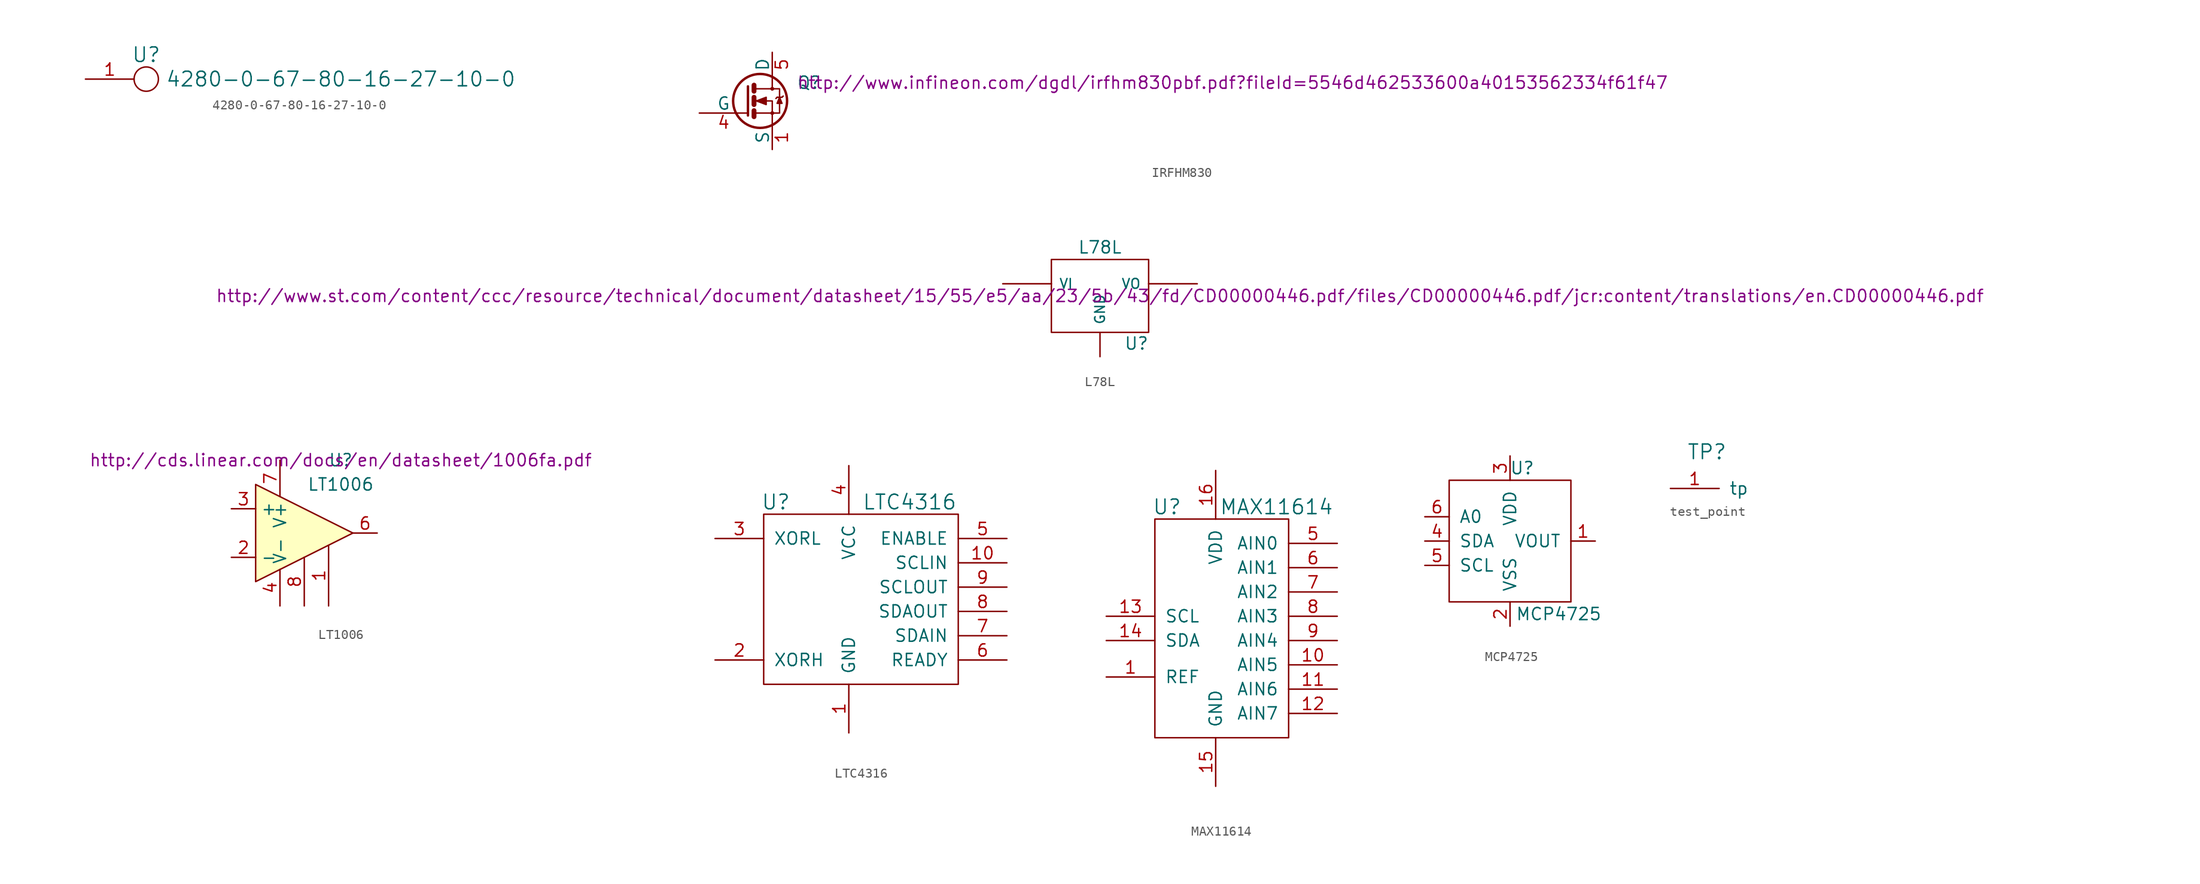
<source format=kicad_sym>
(kicad_symbol_lib
  (version 20211014)
  (generator kicad_symbol_editor)
  (symbol "4280-0-67-80-16-27-10-0"
    (pin_names
      (offset 1.016))
    (property "Reference" "U"
      (at 1.27 3.81 0)
      (effects (font (size 1.524 1.524))))
    (property "Value" "4280-0-67-80-16-27-10-0"
      (at 21.59 1.27 0)
      (effects (font (size 1.524 1.524))))
    (symbol "4280-0-67-80-16-27-10-0_0_1"
      (circle (center 1.27 1.27) (radius 1.27) (stroke (width 0) (type default) (color 0 0 0 0)) (fill (type none))))
    (symbol "4280-0-67-80-16-27-10-0_1_1"
      (pin passive line (at -5.08 1.27 0) (length 5.08) (name "~" (effects (font (size 1.27 1.27)))) (number "1" (effects (font (size 1.27 1.27)))))))
  (symbol "IRFHM830"
    (pin_names
      (offset 0))
    (property "Reference" "Q"
      (at 5.08 1.905 0)
      (effects (font (size 1.27 1.27)) (justify left)))
    (property "Datasheet" "http://www.infineon.com/dgdl/irfhm830pbf.pdf?fileId=5546d462533600a40153562334f61f47"
      (at 5.08 1.905 0)
      (effects (font (size 1.27 1.27)) (justify left)))
    (symbol "IRFHM830_0_1"
      (polyline (pts (xy 0.635 -1.016) (xy 0.635 -1.651)) (stroke (width 0.508) (type default) (color 0 0 0 0)) (fill (type none)))
      (polyline (pts (xy 0.635 0.381) (xy 0.635 -0.381)) (stroke (width 0.508) (type default) (color 0 0 0 0)) (fill (type none)))
      (polyline (pts (xy 0.635 1.651) (xy 0.635 1.016)) (stroke (width 0.508) (type default) (color 0 0 0 0)) (fill (type none)))
      (polyline (pts (xy 3.048 0.381) (xy 2.921 0.254)) (stroke (width 0) (type default) (color 0 0 0 0)) (fill (type none)))
      (polyline (pts (xy 3.048 0.381) (xy 3.556 0.381)) (stroke (width 0) (type default) (color 0 0 0 0)) (fill (type none)))
      (polyline (pts (xy 3.556 0.381) (xy 3.683 0.508)) (stroke (width 0) (type default) (color 0 0 0 0)) (fill (type none)))
      (polyline (pts (xy 0 1.524) (xy 0 -1.524) (xy 0 -1.524)) (stroke (width 0.254) (type default) (color 0 0 0 0)) (fill (type none)))
      (polyline (pts (xy 0.762 -1.27) (xy 2.54 -1.27) (xy 2.54 -2.54) (xy 2.54 -2.54)) (stroke (width 0) (type default) (color 0 0 0 0)) (fill (type none)))
      (polyline (pts (xy 0.762 1.27) (xy 2.54 1.27) (xy 2.54 2.54) (xy 2.54 2.54)) (stroke (width 0) (type default) (color 0 0 0 0)) (fill (type none)))
      (polyline (pts (xy 2.54 1.27) (xy 3.302 1.27) (xy 3.302 -1.27) (xy 2.54 -1.27)) (stroke (width 0) (type default) (color 0 0 0 0)) (fill (type none)))
      (polyline (pts (xy 3.302 0.381) (xy 3.048 -0.254) (xy 3.556 -0.254) (xy 3.302 0.381)) (stroke (width 0) (type default) (color 0 0 0 0)) (fill (type outline)))
      (polyline (pts (xy 0.762 0) (xy 1.27 0) (xy 2.54 0) (xy 2.54 -1.27) (xy 2.54 -1.27)) (stroke (width 0) (type default) (color 0 0 0 0)) (fill (type none)))
      (polyline (pts (xy 0.889 0) (xy 1.905 0.381) (xy 1.905 -0.381) (xy 0.889 0) (xy 1.016 0) (xy 1.016 0)) (stroke (width 0) (type default) (color 0 0 0 0)) (fill (type outline)))
      (circle (center 1.27 0) (radius 2.819) (stroke (width 0.254) (type default) (color 0 0 0 0)) (fill (type none)))
      (circle (center 2.54 -1.27) (radius 0.127) (stroke (width 0) (type default) (color 0 0 0 0)) (fill (type none)))
      (circle (center 2.54 1.27) (radius 0.127) (stroke (width 0) (type default) (color 0 0 0 0)) (fill (type none))))
    (symbol "IRFHM830_1_1"
      (pin passive line (at 2.54 -5.08 90) (length 2.54) (name "S" (effects (font (size 1.27 1.27)))) (number "1" (effects (font (size 1.27 1.27)))))
      (pin passive line (at 2.54 -5.08 90) (length 5.08) hide (name "S" (effects (font (size 1.27 1.27)))) (number "2" (effects (font (size 1.27 1.27)))))
      (pin passive line (at 2.54 -5.08 90) (length 5.08) hide (name "S" (effects (font (size 1.27 1.27)))) (number "3" (effects (font (size 1.27 1.27)))))
      (pin unspecified line (at -5.08 -1.27 0) (length 5.08) (name "G" (effects (font (size 1.27 1.27)))) (number "4" (effects (font (size 1.27 1.27)))))
      (pin unspecified line (at 2.54 5.08 270) (length 2.54) (name "D" (effects (font (size 1.27 1.27)))) (number "5" (effects (font (size 1.27 1.27)))))
      (pin unspecified line (at 2.54 5.08 270) (length 2.54) hide (name "D" (effects (font (size 1.27 1.27)))) (number "6" (effects (font (size 1.27 1.27)))))
      (pin unspecified line (at 2.54 5.08 270) (length 2.54) hide (name "D" (effects (font (size 1.27 1.27)))) (number "7" (effects (font (size 1.27 1.27)))))
      (pin unspecified line (at 2.54 5.08 270) (length 2.54) hide (name "D" (effects (font (size 1.27 1.27)))) (number "8" (effects (font (size 1.27 1.27)))))))
  (symbol "L78L"
    (pin_numbers hide)
    (pin_names
      (offset 0.762))
    (property "Reference" "U"
      (at 3.81 -4.978 0)
      (effects (font (size 1.27 1.27))))
    (property "Value" "L78L"
      (at 0 5.08 0)
      (effects (font (size 1.27 1.27))))
    (property "Footprint" ""
      (at 0 0 0)
      (effects (font (size 1.27 1.27))))
    (property "Datasheet" "http://www.st.com/content/ccc/resource/technical/document/datasheet/15/55/e5/aa/23/5b/43/fd/CD00000446.pdf/files/CD00000446.pdf/jcr:content/translations/en.CD00000446.pdf"
      (at 0 0 0)
      (effects (font (size 1.27 1.27))))
    (symbol "L78L_0_1"
      (rectangle (start -5.08 -3.81) (end 5.08 3.81) (stroke (width 0) (type default) (color 0 0 0 0)) (fill (type none))))
    (symbol "L78L_1_1"
      (pin power_out line (at 10.16 1.27 180) (length 5.08) (name "VO" (effects (font (size 1.016 1.016)))) (number "1" (effects (font (size 1.016 1.016)))))
      (pin input line (at 0 -6.35 90) (length 2.54) hide (name "GND" (effects (font (size 1.016 1.016)))) (number "2" (effects (font (size 1.016 1.016)))))
      (pin input line (at 0 -6.35 90) (length 2.54) (name "GND" (effects (font (size 1.016 1.016)))) (number "3" (effects (font (size 1.016 1.016)))))
      (pin input line (at -1.27 -2.54 90) (length 2.54) hide (name "NC" (effects (font (size 1.016 1.016)))) (number "4" (effects (font (size 1.016 1.016)))))
      (pin input line (at 1.27 -2.54 90) (length 2.54) hide (name "NC" (effects (font (size 1.016 1.016)))) (number "5" (effects (font (size 1.016 1.016)))))
      (pin input line (at 0 -6.35 90) (length 2.54) hide (name "GND" (effects (font (size 1.016 1.016)))) (number "6" (effects (font (size 1.016 1.016)))))
      (pin input line (at 0 -6.35 90) (length 2.54) hide (name "GND" (effects (font (size 1.016 1.016)))) (number "7" (effects (font (size 1.016 1.016)))))
      (pin input line (at -10.16 1.27 0) (length 5.08) (name "VI" (effects (font (size 1.016 1.016)))) (number "8" (effects (font (size 1.016 1.016)))))))
  (symbol "LT1006"
    (property "Reference" "U"
      (at 3.81 7.62 0)
      (effects (font (size 1.27 1.27))))
    (property "Value" "LT1006"
      (at 3.81 5.08 0)
      (effects (font (size 1.27 1.27))))
    (property "Footprint" ""
      (at 1.27 5.08 0)
      (effects (font (size 1.27 1.27))))
    (property "Datasheet" "http://cds.linear.com/docs/en/datasheet/1006fa.pdf"
      (at 3.81 7.62 0)
      (effects (font (size 1.27 1.27))))
    (symbol "LT1006_0_1"
      (polyline (pts (xy -5.08 5.08) (xy 5.08 0) (xy -5.08 -5.08) (xy -5.08 5.08)) (stroke (width 0) (type default) (color 0 0 0 0)) (fill (type background))))
    (symbol "LT1006_1_1"
      (pin passive line (at 2.54 -7.62 90) (length 6.35) (name "~" (effects (font (size 1.27 1.27)))) (number "1" (effects (font (size 1.27 1.27)))))
      (pin input line (at -7.62 -2.54 0) (length 2.54) (name "-" (effects (font (size 1.27 1.27)))) (number "2" (effects (font (size 1.27 1.27)))))
      (pin input line (at -7.62 2.54 0) (length 2.54) (name "+" (effects (font (size 1.27 1.27)))) (number "3" (effects (font (size 1.27 1.27)))))
      (pin input line (at -2.54 -7.62 90) (length 3.81) (name "V-" (effects (font (size 1.27 1.27)))) (number "4" (effects (font (size 1.27 1.27)))))
      (pin output line (at 7.62 0 180) (length 2.54) (name "~" (effects (font (size 1.27 1.27)))) (number "6" (effects (font (size 1.27 1.27)))))
      (pin input line (at -2.54 7.62 270) (length 3.81) (name "V+" (effects (font (size 1.27 1.27)))) (number "7" (effects (font (size 1.27 1.27)))))
      (pin passive line (at 0 -7.62 90) (length 5.08) (name "~" (effects (font (size 1.27 1.27)))) (number "8" (effects (font (size 1.27 1.27)))))))
  (symbol "LTC4316"
    (pin_names
      (offset 1.016))
    (property "Reference" "U"
      (at 1.27 19.05 0)
      (effects (font (size 1.524 1.524))))
    (property "Value" "LTC4316"
      (at 15.24 19.05 0)
      (effects (font (size 1.524 1.524))))
    (symbol "LTC4316_0_1"
      (rectangle (start 0 0) (end 20.32 17.78) (stroke (width 0) (type default) (color 0 0 0 0)) (fill (type none))))
    (symbol "LTC4316_1_1"
      (pin input line (at 8.89 -5.08 90) (length 5.08) (name "GND" (effects (font (size 1.27 1.27)))) (number "1" (effects (font (size 1.27 1.27)))))
      (pin input line (at 25.4 12.7 180) (length 5.08) (name "SCLIN" (effects (font (size 1.27 1.27)))) (number "10" (effects (font (size 1.27 1.27)))))
      (pin input line (at -5.08 2.54 0) (length 5.08) (name "XORH" (effects (font (size 1.27 1.27)))) (number "2" (effects (font (size 1.27 1.27)))))
      (pin input line (at -5.08 15.24 0) (length 5.08) (name "XORL" (effects (font (size 1.27 1.27)))) (number "3" (effects (font (size 1.27 1.27)))))
      (pin input line (at 8.89 22.86 270) (length 5.08) (name "VCC" (effects (font (size 1.27 1.27)))) (number "4" (effects (font (size 1.27 1.27)))))
      (pin input line (at 25.4 15.24 180) (length 5.08) (name "ENABLE" (effects (font (size 1.27 1.27)))) (number "5" (effects (font (size 1.27 1.27)))))
      (pin input line (at 25.4 2.54 180) (length 5.08) (name "READY" (effects (font (size 1.27 1.27)))) (number "6" (effects (font (size 1.27 1.27)))))
      (pin input line (at 25.4 5.08 180) (length 5.08) (name "SDAIN" (effects (font (size 1.27 1.27)))) (number "7" (effects (font (size 1.27 1.27)))))
      (pin input line (at 25.4 7.62 180) (length 5.08) (name "SDAOUT" (effects (font (size 1.27 1.27)))) (number "8" (effects (font (size 1.27 1.27)))))
      (pin input line (at 25.4 10.16 180) (length 5.08) (name "SCLOUT" (effects (font (size 1.27 1.27)))) (number "9" (effects (font (size 1.27 1.27)))))))
  (symbol "MAX11614"
    (pin_names
      (offset 1.016))
    (property "Reference" "U"
      (at 1.27 24.13 0)
      (effects (font (size 1.524 1.524))))
    (property "Value" "MAX11614"
      (at 12.7 24.13 0)
      (effects (font (size 1.524 1.524))))
    (symbol "MAX11614_0_1"
      (rectangle (start 13.97 0) (end 0 22.86) (stroke (width 0) (type default) (color 0 0 0 0)) (fill (type none))))
    (symbol "MAX11614_1_1"
      (pin input line (at -5.08 6.35 0) (length 5.08) (name "REF" (effects (font (size 1.27 1.27)))) (number "1" (effects (font (size 1.27 1.27)))))
      (pin input line (at 19.05 7.62 180) (length 5.08) (name "AIN5" (effects (font (size 1.27 1.27)))) (number "10" (effects (font (size 1.27 1.27)))))
      (pin input line (at 19.05 5.08 180) (length 5.08) (name "AIN6" (effects (font (size 1.27 1.27)))) (number "11" (effects (font (size 1.27 1.27)))))
      (pin input line (at 19.05 2.54 180) (length 5.08) (name "AIN7" (effects (font (size 1.27 1.27)))) (number "12" (effects (font (size 1.27 1.27)))))
      (pin bidirectional line (at -5.08 12.7 0) (length 5.08) (name "SCL" (effects (font (size 1.27 1.27)))) (number "13" (effects (font (size 1.27 1.27)))))
      (pin bidirectional line (at -5.08 10.16 0) (length 5.08) (name "SDA" (effects (font (size 1.27 1.27)))) (number "14" (effects (font (size 1.27 1.27)))))
      (pin power_in line (at 6.35 -5.08 90) (length 5.08) (name "GND" (effects (font (size 1.27 1.27)))) (number "15" (effects (font (size 1.27 1.27)))))
      (pin power_in line (at 6.35 27.94 270) (length 5.08) (name "VDD" (effects (font (size 1.27 1.27)))) (number "16" (effects (font (size 1.27 1.27)))))
      (pin no_connect line (at 8.89 16.51 180) (length 5.08) hide (name "NC" (effects (font (size 1.27 1.27)))) (number "2" (effects (font (size 1.27 1.27)))))
      (pin no_connect line (at 8.89 13.97 180) (length 5.08) hide (name "NC" (effects (font (size 1.27 1.27)))) (number "3" (effects (font (size 1.27 1.27)))))
      (pin no_connect line (at 8.89 11.43 180) (length 5.08) hide (name "NC" (effects (font (size 1.27 1.27)))) (number "4" (effects (font (size 1.27 1.27)))))
      (pin input line (at 19.05 20.32 180) (length 5.08) (name "AIN0" (effects (font (size 1.27 1.27)))) (number "5" (effects (font (size 1.27 1.27)))))
      (pin input line (at 19.05 17.78 180) (length 5.08) (name "AIN1" (effects (font (size 1.27 1.27)))) (number "6" (effects (font (size 1.27 1.27)))))
      (pin input line (at 19.05 15.24 180) (length 5.08) (name "AIN2" (effects (font (size 1.27 1.27)))) (number "7" (effects (font (size 1.27 1.27)))))
      (pin input line (at 19.05 12.7 180) (length 5.08) (name "AIN3" (effects (font (size 1.27 1.27)))) (number "8" (effects (font (size 1.27 1.27)))))
      (pin input line (at 19.05 10.16 180) (length 5.08) (name "AIN4" (effects (font (size 1.27 1.27)))) (number "9" (effects (font (size 1.27 1.27)))))))
  (symbol "MCP4725"
    (pin_names
      (offset 1.016))
    (property "Reference" "U"
      (at 1.27 7.62 0)
      (effects (font (size 1.27 1.27))))
    (property "Value" "MCP4725"
      (at 5.08 -7.62 0)
      (effects (font (size 1.27 1.27))))
    (symbol "MCP4725_0_1"
      (rectangle (start -6.35 -6.35) (end 6.35 6.35) (stroke (width 0) (type default) (color 0 0 0 0)) (fill (type none))))
    (symbol "MCP4725_1_1"
      (pin power_in line (at 8.89 0 180) (length 2.54) (name "VOUT" (effects (font (size 1.27 1.27)))) (number "1" (effects (font (size 1.27 1.27)))))
      (pin power_in line (at 0 -8.89 90) (length 2.54) (name "VSS" (effects (font (size 1.27 1.27)))) (number "2" (effects (font (size 1.27 1.27)))))
      (pin power_in line (at 0 8.89 270) (length 2.54) (name "VDD" (effects (font (size 1.27 1.27)))) (number "3" (effects (font (size 1.27 1.27)))))
      (pin input line (at -8.89 0 0) (length 2.54) (name "SDA" (effects (font (size 1.27 1.27)))) (number "4" (effects (font (size 1.27 1.27)))))
      (pin input line (at -8.89 -2.54 0) (length 2.54) (name "SCL" (effects (font (size 1.27 1.27)))) (number "5" (effects (font (size 1.27 1.27)))))
      (pin input line (at -8.89 2.54 0) (length 2.54) (name "A0" (effects (font (size 1.27 1.27)))) (number "6" (effects (font (size 1.27 1.27)))))))
  (symbol "test_point"
    (pin_names
      (offset 1.016))
    (property "Reference" "TP"
      (at -1.27 3.81 0)
      (effects (font (size 1.524 1.524))))
    (symbol "test_point_1_1"
      (pin input line (at -5.08 0 0) (length 5.08) (name "tp" (effects (font (size 1.27 1.27)))) (number "1" (effects (font (size 1.27 1.27))))))))
</source>
